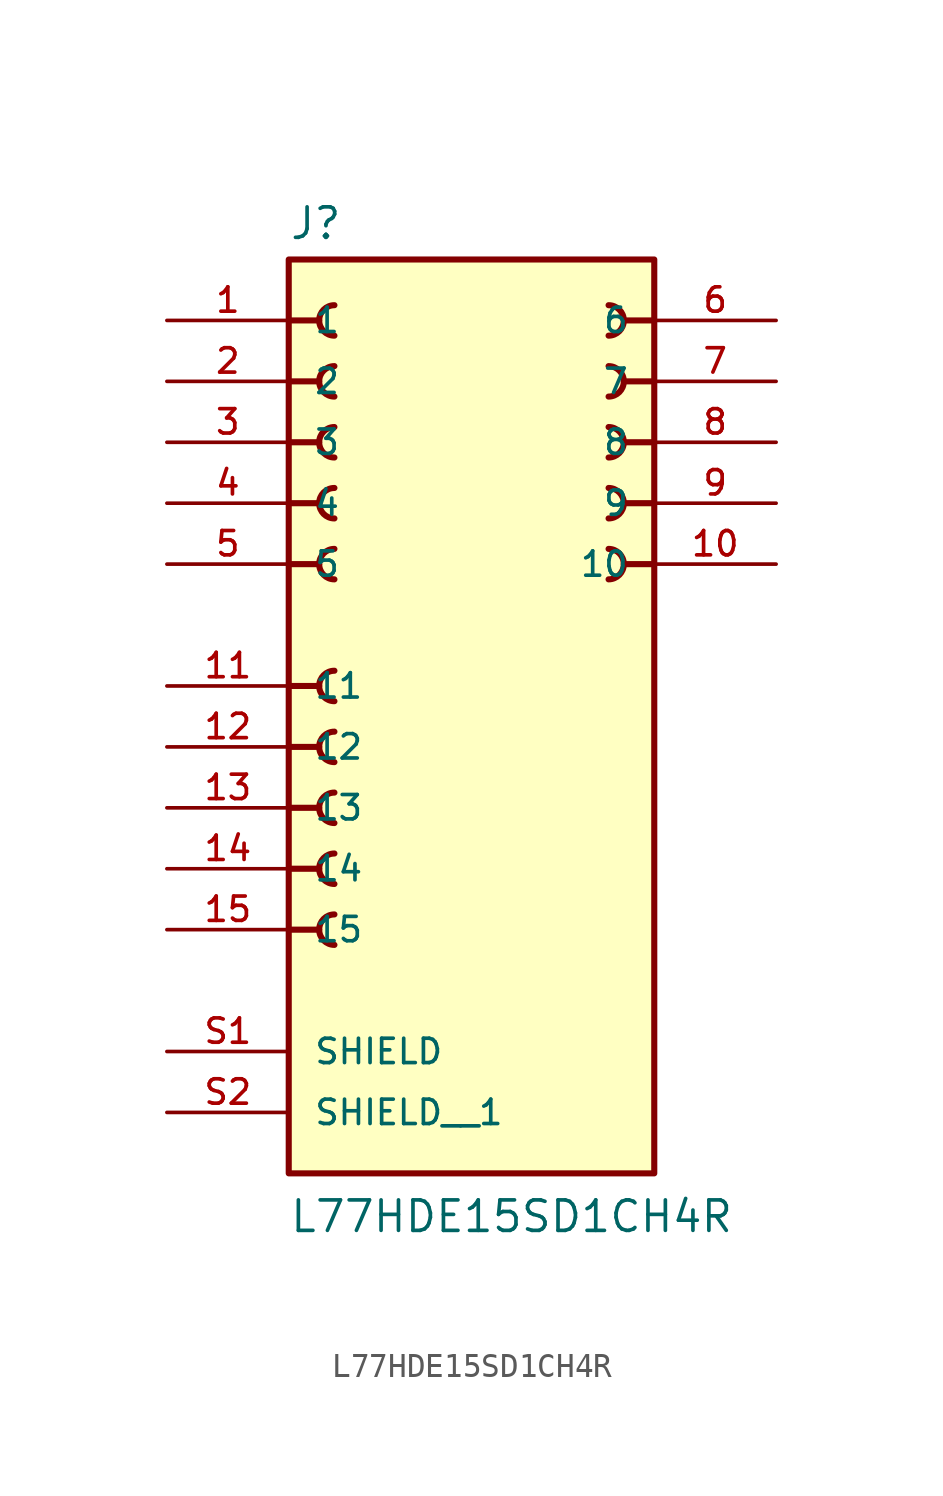
<source format=kicad_sym>
(kicad_symbol_lib
  (version 20211014)
  (generator kicad_symbol_editor)
  (symbol "L77HDE15SD1CH4R"
    (pin_names
      (offset 1.016))
    (property "Reference" "J"
      (at -7.62 18.542 0)
      (effects (font (size 1.27 1.27)) (justify bottom left)))
    (property "Value" "L77HDE15SD1CH4R"
      (at -7.62 -22.86 0)
      (effects (font (size 1.27 1.27)) (justify bottom left)))
    (symbol "L77HDE15SD1CH4R_0_0"
      (polyline (pts (xy -7.62 15.24) (xy -6.35 15.24)) (stroke (width 0.254)))
      (arc (start -5.715 14.605) (mid -6.35 15.24) (end -5.715 15.875) (stroke (width 0.254) (type default) (color 0 0 0 0)) (fill (type none)))
      (polyline (pts (xy -7.62 12.7) (xy -6.35 12.7)) (stroke (width 0.254)))
      (arc (start -5.715 12.065) (mid -6.35 12.7) (end -5.715 13.335) (stroke (width 0.254) (type default) (color 0 0 0 0)) (fill (type none)))
      (polyline (pts (xy -7.62 10.16) (xy -6.35 10.16)) (stroke (width 0.254)))
      (arc (start -5.715 9.525) (mid -6.35 10.16) (end -5.715 10.795) (stroke (width 0.254) (type default) (color 0 0 0 0)) (fill (type none)))
      (polyline (pts (xy -7.62 7.62) (xy -6.35 7.62)) (stroke (width 0.254)))
      (arc (start -5.715 6.985) (mid -6.35 7.62) (end -5.715 8.255) (stroke (width 0.254) (type default) (color 0 0 0 0)) (fill (type none)))
      (polyline (pts (xy -7.62 5.08) (xy -6.35 5.08)) (stroke (width 0.254)))
      (arc (start -5.715 4.445) (mid -6.35 5.08) (end -5.715 5.715) (stroke (width 0.254) (type default) (color 0 0 0 0)) (fill (type none)))
      (polyline (pts (xy 7.62 15.24) (xy 6.35 15.24)) (stroke (width 0.254)))
      (arc (start 5.715 14.605) (mid 6.35 15.24) (end 5.715 15.875) (stroke (width 0.254) (type default) (color 0 0 0 0)) (fill (type none)))
      (polyline (pts (xy 7.62 12.7) (xy 6.35 12.7)) (stroke (width 0.254)))
      (arc (start 5.715 12.065) (mid 6.35 12.7) (end 5.715 13.335) (stroke (width 0.254) (type default) (color 0 0 0 0)) (fill (type none)))
      (polyline (pts (xy 7.62 10.16) (xy 6.35 10.16)) (stroke (width 0.254)))
      (arc (start 5.715 9.525) (mid 6.35 10.16) (end 5.715 10.795) (stroke (width 0.254) (type default) (color 0 0 0 0)) (fill (type none)))
      (polyline (pts (xy 7.62 7.62) (xy 6.35 7.62)) (stroke (width 0.254)))
      (arc (start 5.715 6.985) (mid 6.35 7.62) (end 5.715 8.255) (stroke (width 0.254) (type default) (color 0 0 0 0)) (fill (type none)))
      (polyline (pts (xy 7.62 5.08) (xy 6.35 5.08)) (stroke (width 0.254)))
      (arc (start 5.715 4.445) (mid 6.35 5.08) (end 5.715 5.715) (stroke (width 0.254) (type default) (color 0 0 0 0)) (fill (type none)))
      (polyline (pts (xy -7.62 0.0) (xy -6.35 0.0)) (stroke (width 0.254)))
      (arc (start -5.715 -0.635) (mid -6.35 0.0) (end -5.715 0.635) (stroke (width 0.254) (type default) (color 0 0 0 0)) (fill (type none)))
      (polyline (pts (xy -7.62 -2.54) (xy -6.35 -2.54)) (stroke (width 0.254)))
      (arc (start -5.715 -3.175) (mid -6.35 -2.54) (end -5.715 -1.905) (stroke (width 0.254) (type default) (color 0 0 0 0)) (fill (type none)))
      (polyline (pts (xy -7.62 -5.08) (xy -6.35 -5.08)) (stroke (width 0.254)))
      (arc (start -5.715 -5.715) (mid -6.35 -5.08) (end -5.715 -4.445) (stroke (width 0.254) (type default) (color 0 0 0 0)) (fill (type none)))
      (polyline (pts (xy -7.62 -7.62) (xy -6.35 -7.62)) (stroke (width 0.254)))
      (arc (start -5.715 -8.255) (mid -6.35 -7.62) (end -5.715 -6.985) (stroke (width 0.254) (type default) (color 0 0 0 0)) (fill (type none)))
      (polyline (pts (xy -7.62 -10.16) (xy -6.35 -10.16)) (stroke (width 0.254)))
      (arc (start -5.715 -10.795) (mid -6.35 -10.16) (end -5.715 -9.525) (stroke (width 0.254) (type default) (color 0 0 0 0)) (fill (type none)))
      (rectangle (start -7.62 -20.32) (end 7.62 17.78) (stroke (width 0.254)) (fill (type background)))
      (pin passive line (at -12.7 15.24 0) (length 5.08) (name "1" (effects (font (size 1.016 1.016)))) (number "1" (effects (font (size 1.016 1.016)))))
      (pin passive line (at -12.7 12.7 0) (length 5.08) (name "2" (effects (font (size 1.016 1.016)))) (number "2" (effects (font (size 1.016 1.016)))))
      (pin passive line (at -12.7 10.16 0) (length 5.08) (name "3" (effects (font (size 1.016 1.016)))) (number "3" (effects (font (size 1.016 1.016)))))
      (pin passive line (at -12.7 7.62 0) (length 5.08) (name "4" (effects (font (size 1.016 1.016)))) (number "4" (effects (font (size 1.016 1.016)))))
      (pin passive line (at -12.7 5.08 0) (length 5.08) (name "5" (effects (font (size 1.016 1.016)))) (number "5" (effects (font (size 1.016 1.016)))))
      (pin passive line (at -12.7 -15.24 0) (length 5.08) (name "SHIELD" (effects (font (size 1.016 1.016)))) (number "S1" (effects (font (size 1.016 1.016)))))
      (pin passive line (at 12.7 15.24 180.0) (length 5.08) (name "6" (effects (font (size 1.016 1.016)))) (number "6" (effects (font (size 1.016 1.016)))))
      (pin passive line (at 12.7 12.7 180.0) (length 5.08) (name "7" (effects (font (size 1.016 1.016)))) (number "7" (effects (font (size 1.016 1.016)))))
      (pin passive line (at 12.7 10.16 180.0) (length 5.08) (name "8" (effects (font (size 1.016 1.016)))) (number "8" (effects (font (size 1.016 1.016)))))
      (pin passive line (at 12.7 7.62 180.0) (length 5.08) (name "9" (effects (font (size 1.016 1.016)))) (number "9" (effects (font (size 1.016 1.016)))))
      (pin passive line (at 12.7 5.08 180.0) (length 5.08) (name "10" (effects (font (size 1.016 1.016)))) (number "10" (effects (font (size 1.016 1.016)))))
      (pin passive line (at -12.7 0.0 0) (length 5.08) (name "11" (effects (font (size 1.016 1.016)))) (number "11" (effects (font (size 1.016 1.016)))))
      (pin passive line (at -12.7 -2.54 0) (length 5.08) (name "12" (effects (font (size 1.016 1.016)))) (number "12" (effects (font (size 1.016 1.016)))))
      (pin passive line (at -12.7 -5.08 0) (length 5.08) (name "13" (effects (font (size 1.016 1.016)))) (number "13" (effects (font (size 1.016 1.016)))))
      (pin passive line (at -12.7 -7.62 0) (length 5.08) (name "14" (effects (font (size 1.016 1.016)))) (number "14" (effects (font (size 1.016 1.016)))))
      (pin passive line (at -12.7 -10.16 0) (length 5.08) (name "15" (effects (font (size 1.016 1.016)))) (number "15" (effects (font (size 1.016 1.016)))))
      (pin passive line (at -12.7 -17.78 0) (length 5.08) (name "SHIELD__1" (effects (font (size 1.016 1.016)))) (number "S2" (effects (font (size 1.016 1.016))))))))
</source>
